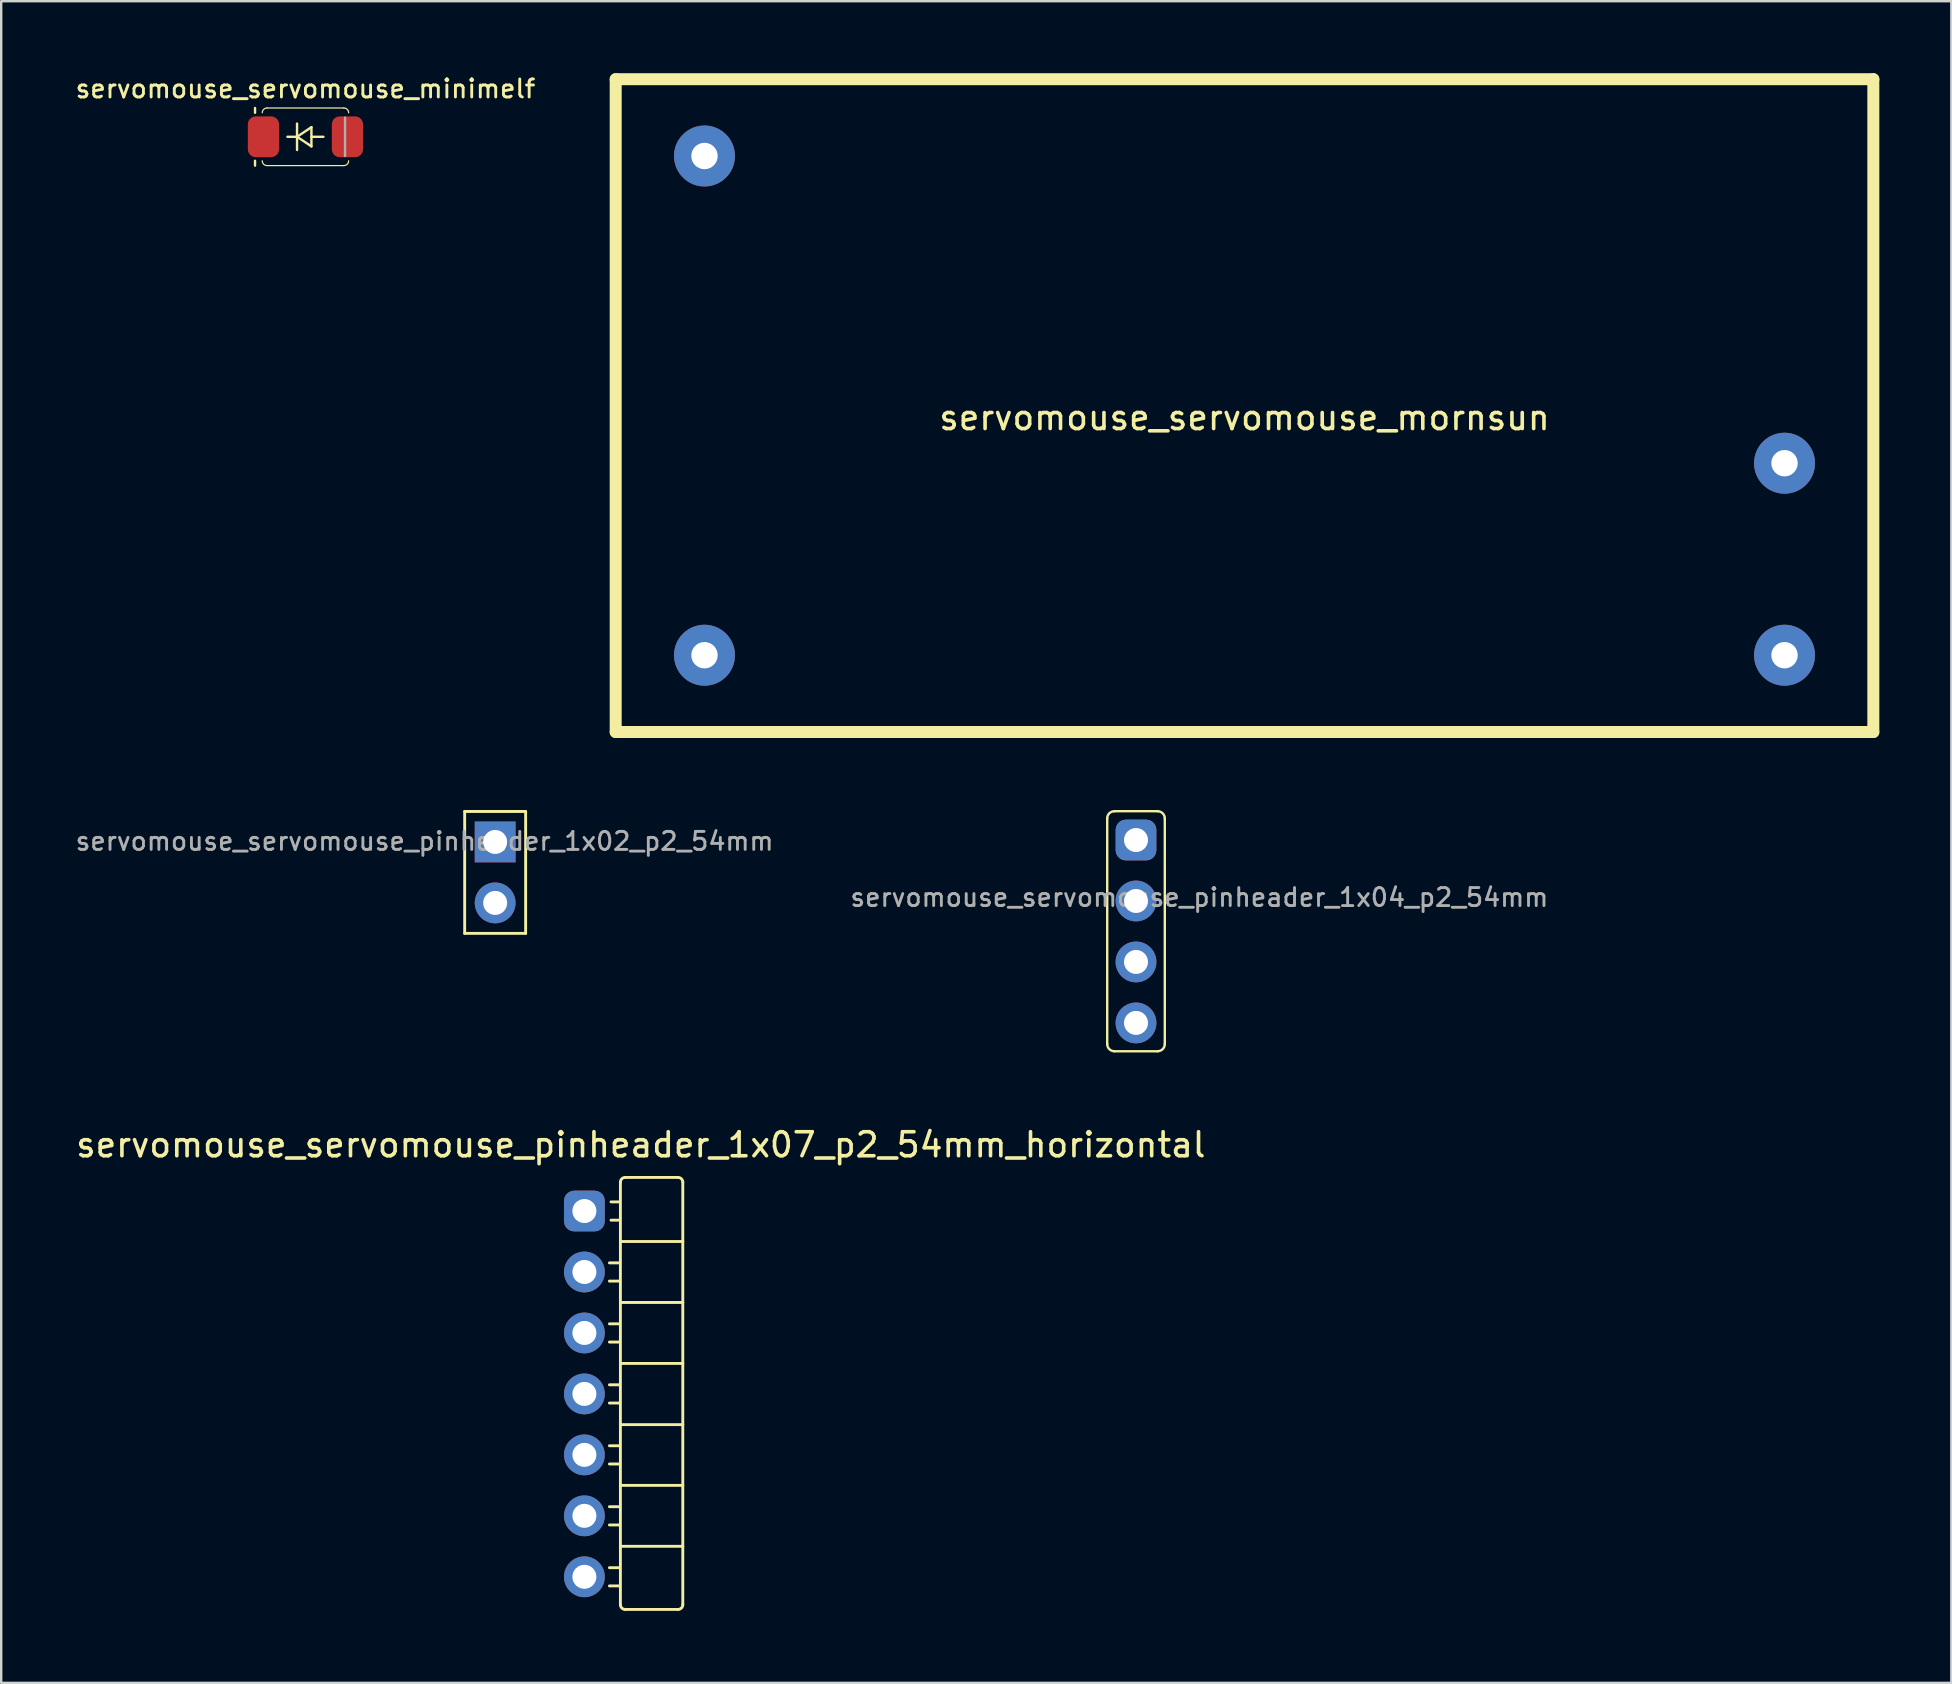
<source format=kicad_pcb>
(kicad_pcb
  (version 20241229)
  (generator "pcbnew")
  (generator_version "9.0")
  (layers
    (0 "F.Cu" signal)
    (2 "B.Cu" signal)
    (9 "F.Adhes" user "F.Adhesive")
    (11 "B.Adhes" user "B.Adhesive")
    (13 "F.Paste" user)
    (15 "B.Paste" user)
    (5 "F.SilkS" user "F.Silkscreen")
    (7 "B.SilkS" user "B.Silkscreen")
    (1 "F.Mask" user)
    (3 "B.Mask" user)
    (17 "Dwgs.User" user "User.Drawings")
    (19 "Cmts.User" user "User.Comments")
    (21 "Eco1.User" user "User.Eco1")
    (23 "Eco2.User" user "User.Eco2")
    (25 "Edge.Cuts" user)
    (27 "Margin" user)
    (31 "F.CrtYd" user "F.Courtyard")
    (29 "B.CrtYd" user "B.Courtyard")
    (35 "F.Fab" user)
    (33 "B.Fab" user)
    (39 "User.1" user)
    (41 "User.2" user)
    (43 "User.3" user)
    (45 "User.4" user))
  (footprint "servomouse_servomouse_pinheader_1x02_p2_54mm"
    (layer "F.Cu")
    (at 17.581 32.03)
    (property "Reference" "servomouse_servomouse_pinheader_1x02_p2_54mm" (at -2.94 -0.03 0) (layer "F.Fab") (effects (font (size 0.75 0.75) (thickness 0.12))))
    (attr through_hole)
    (fp_line (start -1.27 -1.27) (end 1.27 -1.27) (stroke (width 0.12) (type solid)) (layer "F.SilkS"))
    (fp_line (start -1.27 3.81) (end -1.27 -1.27) (stroke (width 0.12) (type solid)) (layer "F.SilkS"))
    (fp_line (start 1.27 -1.27) (end 1.27 3.81) (stroke (width 0.12) (type solid)) (layer "F.SilkS"))
    (fp_line (start 1.27 3.81) (end -1.27 3.81) (stroke (width 0.12) (type solid)) (layer "F.SilkS"))
    (pad "1" thru_hole rect (at 0 0) (size 1.7 1.7) (drill 1) (layers "*.Cu" "*.Mask"))
    (pad "2" thru_hole oval (at 0 2.54) (size 1.7 1.7) (drill 1) (layers "*.Cu" "*.Mask")))
  (footprint "servomouse_servomouse_mornsun"
    (layer "F.Cu")
    (at 48.803 13.85)
    (property "Reference" "servomouse_servomouse_mornsun" (at 0 0.5 0) (layer "F.SilkS") (effects (font (size 1 1) (thickness 0.15))))
    (attr through_hole)
    (fp_line (start -26.2 -13.6) (end 26.2 -13.6) (stroke (width 0.5) (type solid)) (layer "F.SilkS"))
    (fp_line (start -26.2 13.6) (end -26.2 -13.6) (stroke (width 0.5) (type solid)) (layer "F.SilkS"))
    (fp_line (start 26.2 -13.6) (end 26.2 13.6) (stroke (width 0.5) (type solid)) (layer "F.SilkS"))
    (fp_line (start 26.2 13.6) (end -26.2 13.6) (stroke (width 0.5) (type solid)) (layer "F.SilkS"))
    (pad "1" thru_hole circle (at -22.5 -10.4) (size 2.54 2.54) (drill 1.1) (layers "*.Cu" "*.Mask"))
    (pad "2" thru_hole circle (at -22.5 10.4) (size 2.54 2.54) (drill 1.1) (layers "*.Cu" "*.Mask"))
    (pad "3" thru_hole circle (at 22.5 10.4) (size 2.54 2.54) (drill 1.1) (layers "*.Cu" "*.Mask"))
    (pad "4" thru_hole circle (at 22.5 2.4) (size 2.54 2.54) (drill 1.1) (layers "*.Cu" "*.Mask")))
  (footprint "servomouse_servomouse_pinheader_1x07_p2_54mm_horizontal"
    (layer "F.Cu")
    (at 21.299 47.408)
    (property "Reference" "servomouse_servomouse_pinheader_1x07_p2_54mm_horizontal" (at 2.35 -2.76 0) (layer "F.SilkS") (effects (font (size 1 1) (thickness 0.15))))
    (attr through_hole)
    (fp_line (start 1.043 2.16) (end 1.44 2.16) (stroke (width 0.12) (type solid)) (layer "F.SilkS"))
    (fp_line (start 1.043 2.92) (end 1.44 2.92) (stroke (width 0.12) (type solid)) (layer "F.SilkS"))
    (fp_line (start 1.043 4.7) (end 1.44 4.7) (stroke (width 0.12) (type solid)) (layer "F.SilkS"))
    (fp_line (start 1.043 5.46) (end 1.44 5.46) (stroke (width 0.12) (type solid)) (layer "F.SilkS"))
    (fp_line (start 1.043 7.24) (end 1.44 7.24) (stroke (width 0.12) (type solid)) (layer "F.SilkS"))
    (fp_line (start 1.043 8) (end 1.44 8) (stroke (width 0.12) (type solid)) (layer "F.SilkS"))
    (fp_line (start 1.043 9.78) (end 1.44 9.78) (stroke (width 0.12) (type solid)) (layer "F.SilkS"))
    (fp_line (start 1.043 10.54) (end 1.44 10.54) (stroke (width 0.12) (type solid)) (layer "F.SilkS"))
    (fp_line (start 1.043 12.32) (end 1.44 12.32) (stroke (width 0.12) (type solid)) (layer "F.SilkS"))
    (fp_line (start 1.043 13.08) (end 1.44 13.08) (stroke (width 0.12) (type solid)) (layer "F.SilkS"))
    (fp_line (start 1.043 14.86) (end 1.44 14.86) (stroke (width 0.12) (type solid)) (layer "F.SilkS"))
    (fp_line (start 1.043 15.62) (end 1.44 15.62) (stroke (width 0.12) (type solid)) (layer "F.SilkS"))
    (fp_line (start 1.11 -0.38) (end 1.44 -0.38) (stroke (width 0.12) (type solid)) (layer "F.SilkS"))
    (fp_line (start 1.11 0.38) (end 1.44 0.38) (stroke (width 0.12) (type solid)) (layer "F.SilkS"))
    (fp_line (start 1.5 -1.2) (end 1.5 16.4) (stroke (width 0.12) (type solid)) (layer "F.SilkS"))
    (fp_line (start 1.5 1.27) (end 4.1 1.27) (stroke (width 0.12) (type solid)) (layer "F.SilkS"))
    (fp_line (start 1.5 3.81) (end 4.1 3.81) (stroke (width 0.12) (type solid)) (layer "F.SilkS"))
    (fp_line (start 1.5 6.35) (end 4.1 6.35) (stroke (width 0.12) (type solid)) (layer "F.SilkS"))
    (fp_line (start 1.5 8.9) (end 4.1 8.9) (stroke (width 0.12) (type solid)) (layer "F.SilkS"))
    (fp_line (start 1.5 11.43) (end 4.1 11.43) (stroke (width 0.12) (type solid)) (layer "F.SilkS"))
    (fp_line (start 1.5 13.97) (end 4.1 13.97) (stroke (width 0.12) (type solid)) (layer "F.SilkS"))
    (fp_line (start 1.7 16.6) (end 3.9 16.6) (stroke (width 0.12) (type solid)) (layer "F.SilkS"))
    (fp_line (start 3.9 -1.4) (end 1.7 -1.4) (stroke (width 0.12) (type solid)) (layer "F.SilkS"))
    (fp_line (start 4.1 16.4) (end 4.1 -1.2) (stroke (width 0.12) (type solid)) (layer "F.SilkS"))
    (fp_arc (start 1.5 -1.2) (mid 1.558579 -1.341421) (end 1.7 -1.4) (stroke (width 0.12) (type solid)) (layer "F.SilkS"))
    (fp_arc (start 1.7 16.6) (mid 1.558579 16.541421) (end 1.5 16.4) (stroke (width 0.12) (type solid)) (layer "F.SilkS"))
    (fp_arc (start 3.9 -1.4) (mid 4.041421 -1.341421) (end 4.1 -1.2) (stroke (width 0.12) (type solid)) (layer "F.SilkS"))
    (fp_arc (start 4.1 16.4) (mid 4.041421 16.541421) (end 3.9 16.6) (stroke (width 0.12) (type solid)) (layer "F.SilkS"))
    (fp_line (start -0.32 -0.32) (end -0.32 0.32) (stroke (width 0.1) (type solid)) (layer "F.Fab"))
    (fp_line (start -0.32 2.22) (end -0.32 2.86) (stroke (width 0.1) (type solid)) (layer "F.Fab"))
    (fp_line (start -0.32 4.76) (end -0.32 5.4) (stroke (width 0.1) (type solid)) (layer "F.Fab"))
    (fp_line (start -0.32 7.3) (end -0.32 7.94) (stroke (width 0.1) (type solid)) (layer "F.Fab"))
    (fp_line (start -0.32 9.84) (end -0.32 10.48) (stroke (width 0.1) (type solid)) (layer "F.Fab"))
    (fp_line (start -0.32 12.38) (end -0.32 13.02) (stroke (width 0.1) (type solid)) (layer "F.Fab"))
    (fp_line (start -0.32 14.92) (end -0.32 15.56) (stroke (width 0.1) (type solid)) (layer "F.Fab"))
    (pad "1" thru_hole roundrect (at 0 0) (size 1.7 1.7) (drill 1) (layers "*.Cu" "*.Mask") (roundrect_rratio 0.25))
    (pad "2" thru_hole oval (at 0 2.54) (size 1.7 1.7) (drill 1) (layers "*.Cu" "*.Mask"))
    (pad "3" thru_hole oval (at 0 5.08) (size 1.7 1.7) (drill 1) (layers "*.Cu" "*.Mask"))
    (pad "4" thru_hole oval (at 0 7.62) (size 1.7 1.7) (drill 1) (layers "*.Cu" "*.Mask"))
    (pad "5" thru_hole oval (at 0 10.16) (size 1.7 1.7) (drill 1) (layers "*.Cu" "*.Mask"))
    (pad "6" thru_hole oval (at 0 12.7) (size 1.7 1.7) (drill 1) (layers "*.Cu" "*.Mask"))
    (pad "7" thru_hole oval (at 0 15.24) (size 1.7 1.7) (drill 1) (layers "*.Cu" "*.Mask")))
  (footprint "servomouse_servomouse_minimelf"
    (layer "F.Cu")
    (at 9.676 2.649)
    (property "Reference" "servomouse_servomouse_minimelf" (at 0 -2 0) (layer "F.SilkS") (effects (font (size 0.75 0.75) (thickness 0.12))))
    (attr smd)
    (fp_line (start -2.1 -1.2) (end -2.1 -1) (stroke (width 0.1) (type solid)) (layer "F.SilkS"))
    (fp_line (start -2.1 1) (end -2.1 1.2) (stroke (width 0.1) (type solid)) (layer "F.SilkS"))
    (fp_line (start -1.6 -1.2) (end 1.6 -1.2) (stroke (width 0.05) (type solid)) (layer "F.SilkS"))
    (fp_line (start -0.75 0) (end -0.35 0) (stroke (width 0.1) (type solid)) (layer "F.SilkS"))
    (fp_line (start -0.35 0) (end -0.35 -0.55) (stroke (width 0.1) (type solid)) (layer "F.SilkS"))
    (fp_line (start -0.35 0) (end -0.35 0.55) (stroke (width 0.1) (type solid)) (layer "F.SilkS"))
    (fp_line (start -0.35 0) (end 0.25 -0.4) (stroke (width 0.1) (type solid)) (layer "F.SilkS"))
    (fp_line (start 0.25 -0.4) (end 0.25 0.4) (stroke (width 0.1) (type solid)) (layer "F.SilkS"))
    (fp_line (start 0.25 0) (end 0.75 0) (stroke (width 0.1) (type solid)) (layer "F.SilkS"))
    (fp_line (start 0.25 0.4) (end -0.35 0) (stroke (width 0.1) (type solid)) (layer "F.SilkS"))
    (fp_line (start 1.6 1.2) (end -1.6 1.2) (stroke (width 0.05) (type solid)) (layer "F.SilkS"))
    (fp_arc (start -1.8 -1) (mid -1.741421 -1.141421) (end -1.6 -1.2) (stroke (width 0.05) (type solid)) (layer "F.SilkS"))
    (fp_arc (start -1.6 1.2) (mid -1.741421 1.141421) (end -1.8 1) (stroke (width 0.05) (type solid)) (layer "F.SilkS"))
    (fp_arc (start 1.6 -1.2) (mid 1.741421 -1.141421) (end 1.8 -1) (stroke (width 0.05) (type solid)) (layer "F.SilkS"))
    (fp_arc (start 1.8 1) (mid 1.741421 1.141421) (end 1.6 1.2) (stroke (width 0.05) (type solid)) (layer "F.SilkS"))
    (fp_line (start 1.65 -0.8) (end 1.65 0.8) (stroke (width 0.1) (type solid)) (layer "F.Fab"))
    (pad "1" smd roundrect (at -1.75 0) (size 1.3 1.7) (layers "F.Cu" "F.Mask" "F.Paste") (roundrect_rratio 0.25))
    (pad "2" smd roundrect (at 1.75 0) (size 1.3 1.7) (layers "F.Cu" "F.Mask" "F.Paste") (roundrect_rratio 0.25)))
  (footprint "servomouse_servomouse_pinheader_1x04_p2_54mm"
    (layer "F.Cu")
    (at 44.282 31.95)
    (property "Reference" "servomouse_servomouse_pinheader_1x04_p2_54mm" (at 2.64 2.39 180) (layer "F.Fab") (effects (font (size 0.75 0.75) (thickness 0.12))))
    (attr through_hole)
    (fp_line (start -1.2 8.5) (end -1.2 -0.9) (stroke (width 0.1) (type solid)) (layer "F.SilkS"))
    (fp_line (start -0.9 -1.2) (end 0.9 -1.2) (stroke (width 0.1) (type solid)) (layer "F.SilkS"))
    (fp_line (start 0.9 8.8) (end -0.9 8.8) (stroke (width 0.1) (type solid)) (layer "F.SilkS"))
    (fp_line (start 1.2 -0.9) (end 1.2 8.5) (stroke (width 0.1) (type solid)) (layer "F.SilkS"))
    (fp_arc (start -1.2 -0.9) (mid -1.112132 -1.112132) (end -0.9 -1.2) (stroke (width 0.1) (type solid)) (layer "F.SilkS"))
    (fp_arc (start -0.9 8.8) (mid -1.112132 8.712132) (end -1.2 8.5) (stroke (width 0.1) (type solid)) (layer "F.SilkS"))
    (fp_arc (start 0.9 -1.2) (mid 1.112132 -1.112132) (end 1.2 -0.9) (stroke (width 0.1) (type solid)) (layer "F.SilkS"))
    (fp_arc (start 1.2 8.5) (mid 1.112132 8.712132) (end 0.9 8.8) (stroke (width 0.1) (type solid)) (layer "F.SilkS"))
    (pad "1" thru_hole roundrect (at 0 0) (size 1.7 1.7) (drill 1) (layers "*.Cu" "*.Mask") (roundrect_rratio 0.25))
    (pad "2" thru_hole oval (at 0 2.54) (size 1.7 1.7) (drill 1) (layers "*.Cu" "*.Mask"))
    (pad "3" thru_hole oval (at 0 5.08) (size 1.7 1.7) (drill 1) (layers "*.Cu" "*.Mask"))
    (pad "4" thru_hole oval (at 0 7.62) (size 1.7 1.7) (drill 1) (layers "*.Cu" "*.Mask")))
  (gr_rect
    (start -3 -3)
    (end 78.253 67.068)
    (stroke (width 0.1) (type default))
    (fill no)
    (layer "Edge.Cuts")))
</source>
